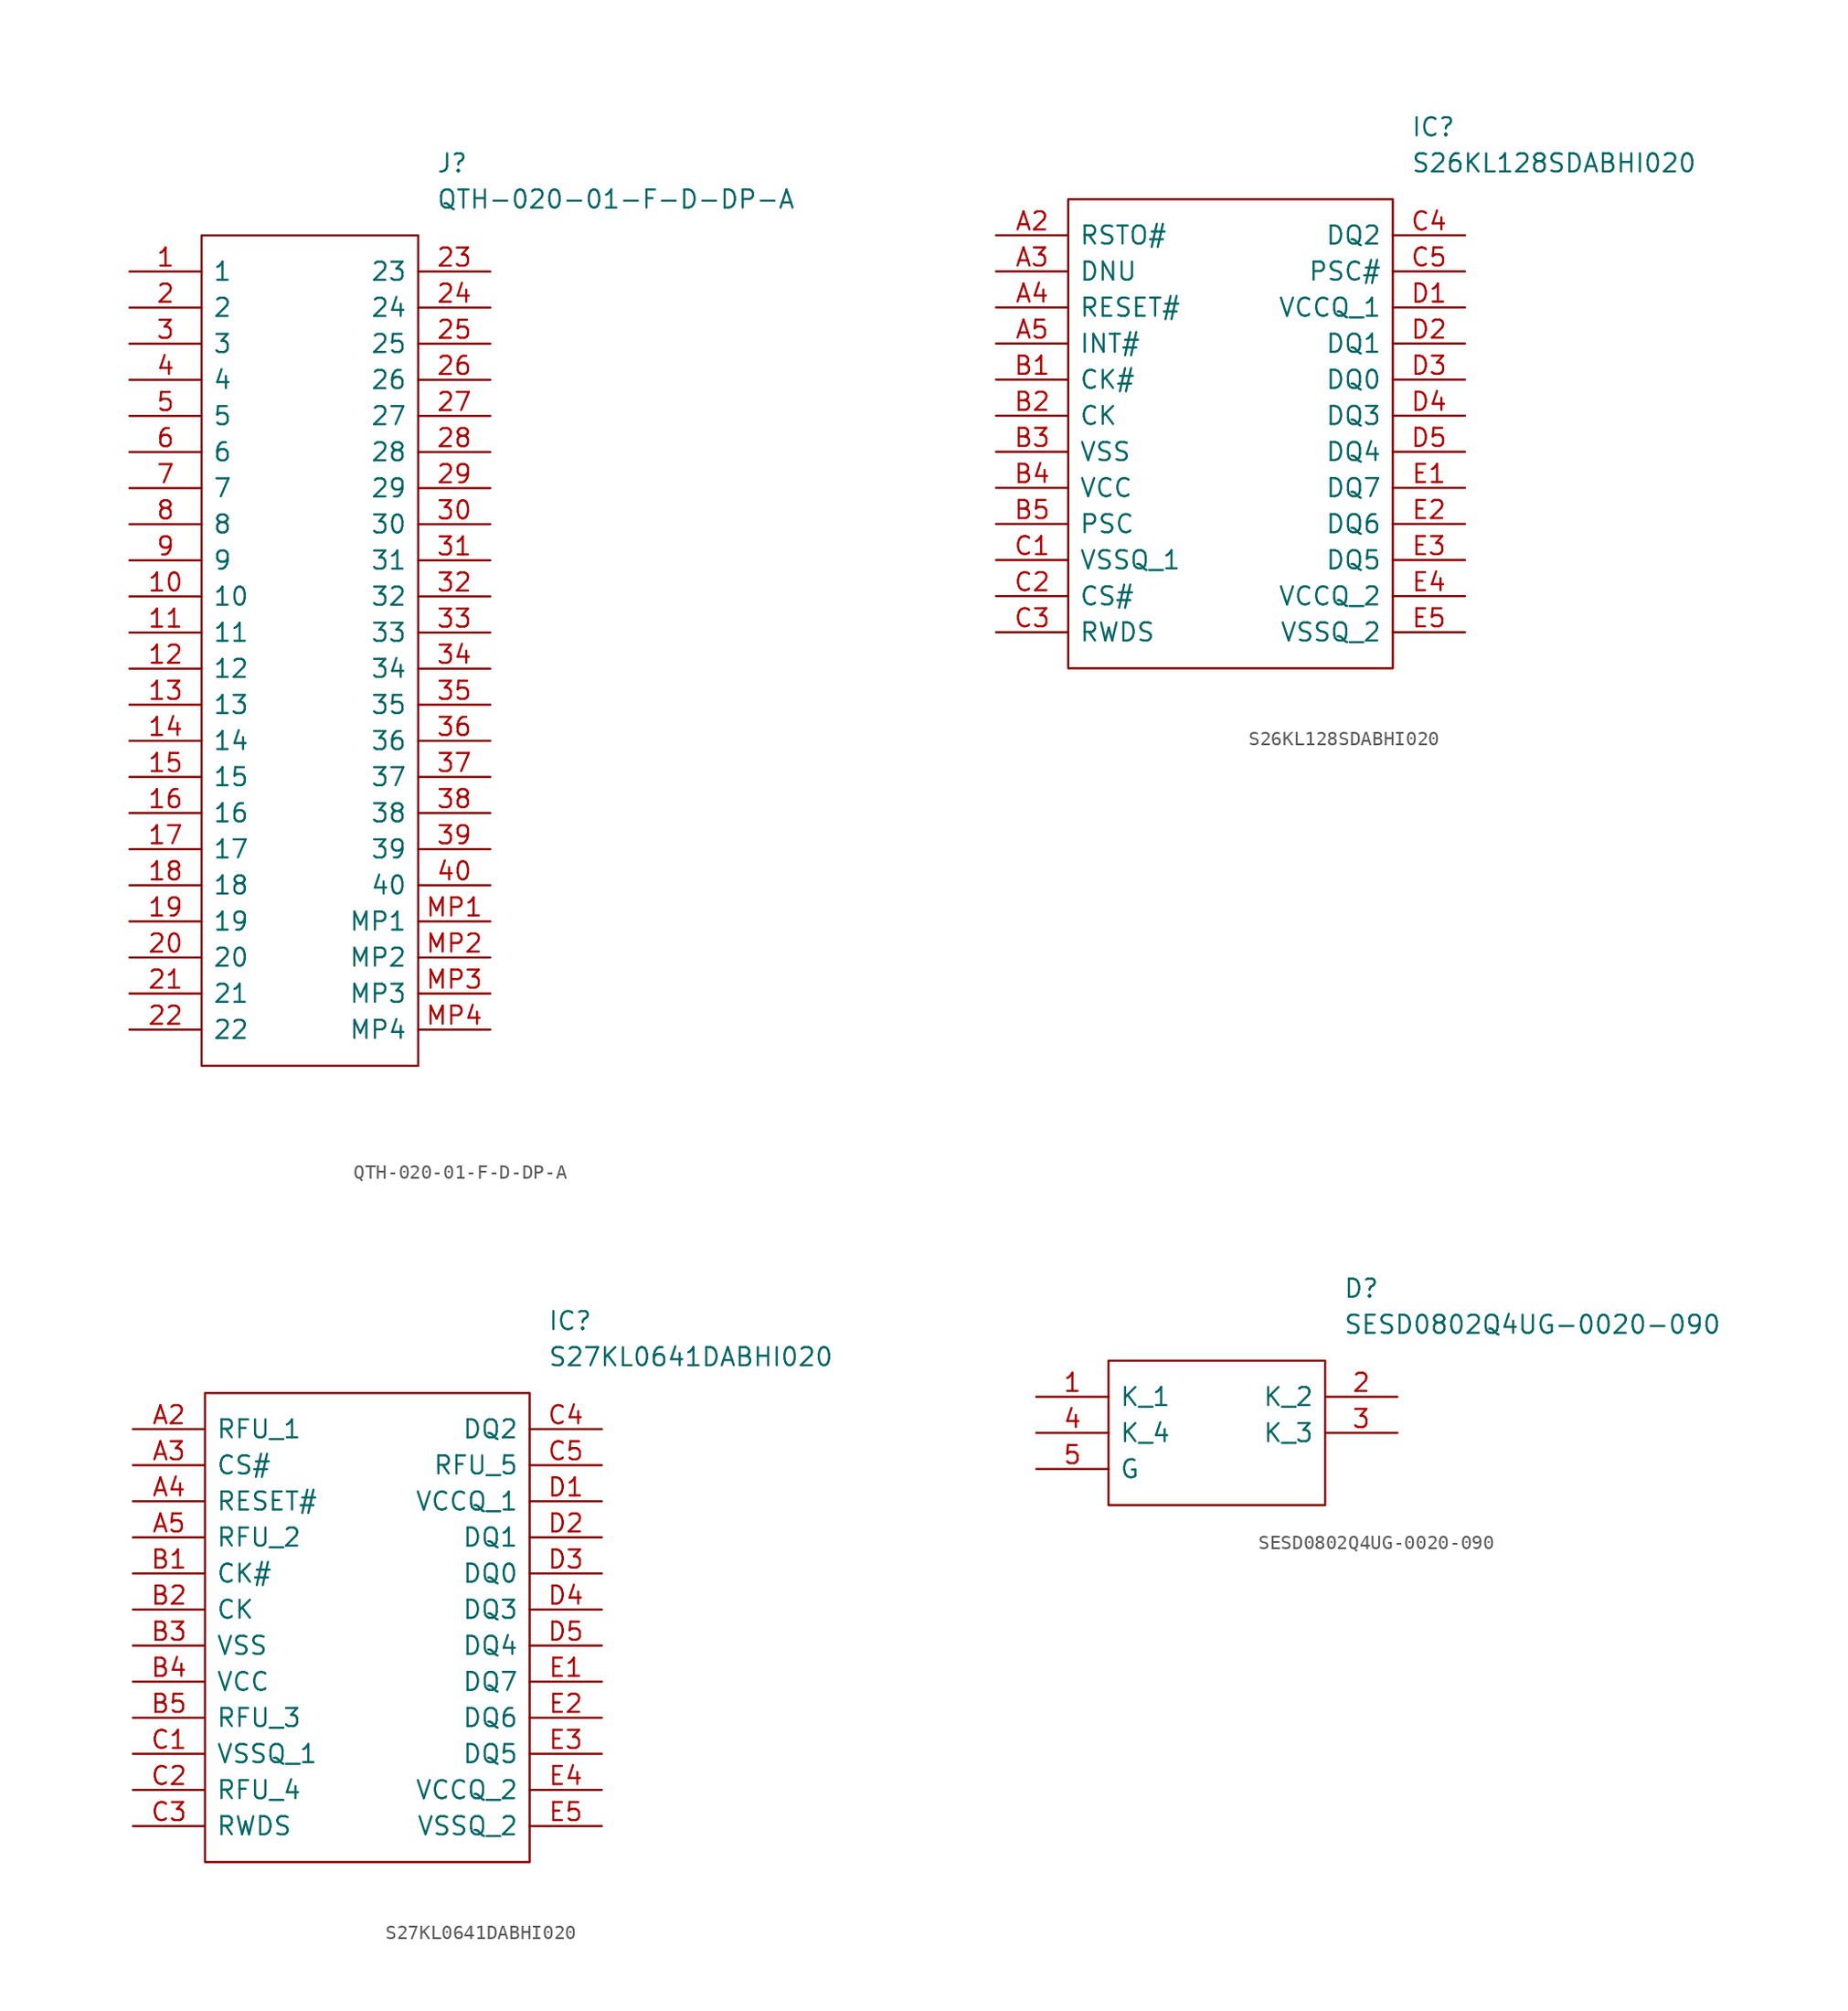
<source format=kicad_sym>
(kicad_symbol_lib
  (version 20231120)
  (generator "kicad_symbol_editor")
  (generator_version "8.0")
  (symbol "QTH-020-01-F-D-DP-A"
    (pin_names
      (offset 0.762))
    (property "Reference" "J"
      (at 21.59 7.62 0)
      (effects (font (size 1.27 1.27)) (justify left)))
    (property "Value" "QTH-020-01-F-D-DP-A"
      (at 21.59 5.08 0)
      (effects (font (size 1.27 1.27)) (justify left)))
    (symbol "QTH-020-01-F-D-DP-A_0_0"
      (pin passive line (at 0 0 0) (length 5.08) (name "1" (effects (font (size 1.27 1.27)))) (number "1" (effects (font (size 1.27 1.27)))))
      (pin passive line (at 0 -22.86 0) (length 5.08) (name "10" (effects (font (size 1.27 1.27)))) (number "10" (effects (font (size 1.27 1.27)))))
      (pin passive line (at 0 -25.4 0) (length 5.08) (name "11" (effects (font (size 1.27 1.27)))) (number "11" (effects (font (size 1.27 1.27)))))
      (pin passive line (at 0 -27.94 0) (length 5.08) (name "12" (effects (font (size 1.27 1.27)))) (number "12" (effects (font (size 1.27 1.27)))))
      (pin passive line (at 0 -30.48 0) (length 5.08) (name "13" (effects (font (size 1.27 1.27)))) (number "13" (effects (font (size 1.27 1.27)))))
      (pin passive line (at 0 -33.02 0) (length 5.08) (name "14" (effects (font (size 1.27 1.27)))) (number "14" (effects (font (size 1.27 1.27)))))
      (pin passive line (at 0 -35.56 0) (length 5.08) (name "15" (effects (font (size 1.27 1.27)))) (number "15" (effects (font (size 1.27 1.27)))))
      (pin passive line (at 0 -38.1 0) (length 5.08) (name "16" (effects (font (size 1.27 1.27)))) (number "16" (effects (font (size 1.27 1.27)))))
      (pin passive line (at 0 -40.64 0) (length 5.08) (name "17" (effects (font (size 1.27 1.27)))) (number "17" (effects (font (size 1.27 1.27)))))
      (pin passive line (at 0 -43.18 0) (length 5.08) (name "18" (effects (font (size 1.27 1.27)))) (number "18" (effects (font (size 1.27 1.27)))))
      (pin passive line (at 0 -45.72 0) (length 5.08) (name "19" (effects (font (size 1.27 1.27)))) (number "19" (effects (font (size 1.27 1.27)))))
      (pin passive line (at 0 -2.54 0) (length 5.08) (name "2" (effects (font (size 1.27 1.27)))) (number "2" (effects (font (size 1.27 1.27)))))
      (pin passive line (at 0 -48.26 0) (length 5.08) (name "20" (effects (font (size 1.27 1.27)))) (number "20" (effects (font (size 1.27 1.27)))))
      (pin passive line (at 0 -50.8 0) (length 5.08) (name "21" (effects (font (size 1.27 1.27)))) (number "21" (effects (font (size 1.27 1.27)))))
      (pin passive line (at 0 -53.34 0) (length 5.08) (name "22" (effects (font (size 1.27 1.27)))) (number "22" (effects (font (size 1.27 1.27)))))
      (pin passive line (at 25.4 0 180) (length 5.08) (name "23" (effects (font (size 1.27 1.27)))) (number "23" (effects (font (size 1.27 1.27)))))
      (pin passive line (at 25.4 -2.54 180) (length 5.08) (name "24" (effects (font (size 1.27 1.27)))) (number "24" (effects (font (size 1.27 1.27)))))
      (pin passive line (at 25.4 -5.08 180) (length 5.08) (name "25" (effects (font (size 1.27 1.27)))) (number "25" (effects (font (size 1.27 1.27)))))
      (pin passive line (at 25.4 -7.62 180) (length 5.08) (name "26" (effects (font (size 1.27 1.27)))) (number "26" (effects (font (size 1.27 1.27)))))
      (pin passive line (at 25.4 -10.16 180) (length 5.08) (name "27" (effects (font (size 1.27 1.27)))) (number "27" (effects (font (size 1.27 1.27)))))
      (pin passive line (at 25.4 -12.7 180) (length 5.08) (name "28" (effects (font (size 1.27 1.27)))) (number "28" (effects (font (size 1.27 1.27)))))
      (pin passive line (at 25.4 -15.24 180) (length 5.08) (name "29" (effects (font (size 1.27 1.27)))) (number "29" (effects (font (size 1.27 1.27)))))
      (pin passive line (at 0 -5.08 0) (length 5.08) (name "3" (effects (font (size 1.27 1.27)))) (number "3" (effects (font (size 1.27 1.27)))))
      (pin passive line (at 25.4 -17.78 180) (length 5.08) (name "30" (effects (font (size 1.27 1.27)))) (number "30" (effects (font (size 1.27 1.27)))))
      (pin passive line (at 25.4 -20.32 180) (length 5.08) (name "31" (effects (font (size 1.27 1.27)))) (number "31" (effects (font (size 1.27 1.27)))))
      (pin passive line (at 25.4 -22.86 180) (length 5.08) (name "32" (effects (font (size 1.27 1.27)))) (number "32" (effects (font (size 1.27 1.27)))))
      (pin passive line (at 25.4 -25.4 180) (length 5.08) (name "33" (effects (font (size 1.27 1.27)))) (number "33" (effects (font (size 1.27 1.27)))))
      (pin passive line (at 25.4 -27.94 180) (length 5.08) (name "34" (effects (font (size 1.27 1.27)))) (number "34" (effects (font (size 1.27 1.27)))))
      (pin passive line (at 25.4 -30.48 180) (length 5.08) (name "35" (effects (font (size 1.27 1.27)))) (number "35" (effects (font (size 1.27 1.27)))))
      (pin passive line (at 25.4 -33.02 180) (length 5.08) (name "36" (effects (font (size 1.27 1.27)))) (number "36" (effects (font (size 1.27 1.27)))))
      (pin passive line (at 25.4 -35.56 180) (length 5.08) (name "37" (effects (font (size 1.27 1.27)))) (number "37" (effects (font (size 1.27 1.27)))))
      (pin passive line (at 25.4 -38.1 180) (length 5.08) (name "38" (effects (font (size 1.27 1.27)))) (number "38" (effects (font (size 1.27 1.27)))))
      (pin passive line (at 25.4 -40.64 180) (length 5.08) (name "39" (effects (font (size 1.27 1.27)))) (number "39" (effects (font (size 1.27 1.27)))))
      (pin passive line (at 0 -7.62 0) (length 5.08) (name "4" (effects (font (size 1.27 1.27)))) (number "4" (effects (font (size 1.27 1.27)))))
      (pin passive line (at 25.4 -43.18 180) (length 5.08) (name "40" (effects (font (size 1.27 1.27)))) (number "40" (effects (font (size 1.27 1.27)))))
      (pin passive line (at 0 -10.16 0) (length 5.08) (name "5" (effects (font (size 1.27 1.27)))) (number "5" (effects (font (size 1.27 1.27)))))
      (pin passive line (at 0 -12.7 0) (length 5.08) (name "6" (effects (font (size 1.27 1.27)))) (number "6" (effects (font (size 1.27 1.27)))))
      (pin passive line (at 0 -15.24 0) (length 5.08) (name "7" (effects (font (size 1.27 1.27)))) (number "7" (effects (font (size 1.27 1.27)))))
      (pin passive line (at 0 -17.78 0) (length 5.08) (name "8" (effects (font (size 1.27 1.27)))) (number "8" (effects (font (size 1.27 1.27)))))
      (pin passive line (at 0 -20.32 0) (length 5.08) (name "9" (effects (font (size 1.27 1.27)))) (number "9" (effects (font (size 1.27 1.27)))))
      (pin passive line (at 25.4 -45.72 180) (length 5.08) (name "MP1" (effects (font (size 1.27 1.27)))) (number "MP1" (effects (font (size 1.27 1.27)))))
      (pin passive line (at 25.4 -48.26 180) (length 5.08) (name "MP2" (effects (font (size 1.27 1.27)))) (number "MP2" (effects (font (size 1.27 1.27)))))
      (pin passive line (at 25.4 -50.8 180) (length 5.08) (name "MP3" (effects (font (size 1.27 1.27)))) (number "MP3" (effects (font (size 1.27 1.27)))))
      (pin passive line (at 25.4 -53.34 180) (length 5.08) (name "MP4" (effects (font (size 1.27 1.27)))) (number "MP4" (effects (font (size 1.27 1.27))))))
    (symbol "QTH-020-01-F-D-DP-A_0_1"
      (polyline (pts (xy 5.08 2.54) (xy 20.32 2.54) (xy 20.32 -55.88) (xy 5.08 -55.88) (xy 5.08 2.54)) (stroke (width 0.152) (type solid)) (fill (type none)))))
  (symbol "S26KL128SDABHI020"
    (pin_names
      (offset 0.762))
    (property "Reference" "IC"
      (at 29.21 7.62 0)
      (effects (font (size 1.27 1.27)) (justify left)))
    (property "Value" "S26KL128SDABHI020"
      (at 29.21 5.08 0)
      (effects (font (size 1.27 1.27)) (justify left)))
    (symbol "S26KL128SDABHI020_0_0"
      (pin passive line (at 0 0 0) (length 5.08) (name "RSTO#" (effects (font (size 1.27 1.27)))) (number "A2" (effects (font (size 1.27 1.27)))))
      (pin passive line (at 0 -2.54 0) (length 5.08) (name "DNU" (effects (font (size 1.27 1.27)))) (number "A3" (effects (font (size 1.27 1.27)))))
      (pin passive line (at 0 -5.08 0) (length 5.08) (name "RESET#" (effects (font (size 1.27 1.27)))) (number "A4" (effects (font (size 1.27 1.27)))))
      (pin passive line (at 0 -7.62 0) (length 5.08) (name "INT#" (effects (font (size 1.27 1.27)))) (number "A5" (effects (font (size 1.27 1.27)))))
      (pin passive line (at 0 -10.16 0) (length 5.08) (name "CK#" (effects (font (size 1.27 1.27)))) (number "B1" (effects (font (size 1.27 1.27)))))
      (pin passive line (at 0 -12.7 0) (length 5.08) (name "CK" (effects (font (size 1.27 1.27)))) (number "B2" (effects (font (size 1.27 1.27)))))
      (pin passive line (at 0 -15.24 0) (length 5.08) (name "VSS" (effects (font (size 1.27 1.27)))) (number "B3" (effects (font (size 1.27 1.27)))))
      (pin passive line (at 0 -17.78 0) (length 5.08) (name "VCC" (effects (font (size 1.27 1.27)))) (number "B4" (effects (font (size 1.27 1.27)))))
      (pin passive line (at 0 -20.32 0) (length 5.08) (name "PSC" (effects (font (size 1.27 1.27)))) (number "B5" (effects (font (size 1.27 1.27)))))
      (pin passive line (at 0 -22.86 0) (length 5.08) (name "VSSQ_1" (effects (font (size 1.27 1.27)))) (number "C1" (effects (font (size 1.27 1.27)))))
      (pin passive line (at 0 -25.4 0) (length 5.08) (name "CS#" (effects (font (size 1.27 1.27)))) (number "C2" (effects (font (size 1.27 1.27)))))
      (pin passive line (at 0 -27.94 0) (length 5.08) (name "RWDS" (effects (font (size 1.27 1.27)))) (number "C3" (effects (font (size 1.27 1.27)))))
      (pin passive line (at 33.02 0 180) (length 5.08) (name "DQ2" (effects (font (size 1.27 1.27)))) (number "C4" (effects (font (size 1.27 1.27)))))
      (pin passive line (at 33.02 -2.54 180) (length 5.08) (name "PSC#" (effects (font (size 1.27 1.27)))) (number "C5" (effects (font (size 1.27 1.27)))))
      (pin passive line (at 33.02 -5.08 180) (length 5.08) (name "VCCQ_1" (effects (font (size 1.27 1.27)))) (number "D1" (effects (font (size 1.27 1.27)))))
      (pin passive line (at 33.02 -7.62 180) (length 5.08) (name "DQ1" (effects (font (size 1.27 1.27)))) (number "D2" (effects (font (size 1.27 1.27)))))
      (pin passive line (at 33.02 -10.16 180) (length 5.08) (name "DQ0" (effects (font (size 1.27 1.27)))) (number "D3" (effects (font (size 1.27 1.27)))))
      (pin passive line (at 33.02 -12.7 180) (length 5.08) (name "DQ3" (effects (font (size 1.27 1.27)))) (number "D4" (effects (font (size 1.27 1.27)))))
      (pin passive line (at 33.02 -15.24 180) (length 5.08) (name "DQ4" (effects (font (size 1.27 1.27)))) (number "D5" (effects (font (size 1.27 1.27)))))
      (pin passive line (at 33.02 -17.78 180) (length 5.08) (name "DQ7" (effects (font (size 1.27 1.27)))) (number "E1" (effects (font (size 1.27 1.27)))))
      (pin passive line (at 33.02 -20.32 180) (length 5.08) (name "DQ6" (effects (font (size 1.27 1.27)))) (number "E2" (effects (font (size 1.27 1.27)))))
      (pin passive line (at 33.02 -22.86 180) (length 5.08) (name "DQ5" (effects (font (size 1.27 1.27)))) (number "E3" (effects (font (size 1.27 1.27)))))
      (pin passive line (at 33.02 -25.4 180) (length 5.08) (name "VCCQ_2" (effects (font (size 1.27 1.27)))) (number "E4" (effects (font (size 1.27 1.27)))))
      (pin passive line (at 33.02 -27.94 180) (length 5.08) (name "VSSQ_2" (effects (font (size 1.27 1.27)))) (number "E5" (effects (font (size 1.27 1.27))))))
    (symbol "S26KL128SDABHI020_0_1"
      (polyline (pts (xy 5.08 2.54) (xy 27.94 2.54) (xy 27.94 -30.48) (xy 5.08 -30.48) (xy 5.08 2.54)) (stroke (width 0.152) (type default)) (fill (type none)))))
  (symbol "S27KL0641DABHI020"
    (pin_names
      (offset 0.762))
    (property "Reference" "IC"
      (at 29.21 7.62 0)
      (effects (font (size 1.27 1.27)) (justify left)))
    (property "Value" "S27KL0641DABHI020"
      (at 29.21 5.08 0)
      (effects (font (size 1.27 1.27)) (justify left)))
    (symbol "S27KL0641DABHI020_0_0"
      (pin passive line (at 0 0 0) (length 5.08) (name "RFU_1" (effects (font (size 1.27 1.27)))) (number "A2" (effects (font (size 1.27 1.27)))))
      (pin passive line (at 0 -2.54 0) (length 5.08) (name "CS#" (effects (font (size 1.27 1.27)))) (number "A3" (effects (font (size 1.27 1.27)))))
      (pin passive line (at 0 -5.08 0) (length 5.08) (name "RESET#" (effects (font (size 1.27 1.27)))) (number "A4" (effects (font (size 1.27 1.27)))))
      (pin passive line (at 0 -7.62 0) (length 5.08) (name "RFU_2" (effects (font (size 1.27 1.27)))) (number "A5" (effects (font (size 1.27 1.27)))))
      (pin passive line (at 0 -10.16 0) (length 5.08) (name "CK#" (effects (font (size 1.27 1.27)))) (number "B1" (effects (font (size 1.27 1.27)))))
      (pin passive line (at 0 -12.7 0) (length 5.08) (name "CK" (effects (font (size 1.27 1.27)))) (number "B2" (effects (font (size 1.27 1.27)))))
      (pin power_in line (at 0 -15.24 0) (length 5.08) (name "VSS" (effects (font (size 1.27 1.27)))) (number "B3" (effects (font (size 1.27 1.27)))))
      (pin power_in line (at 0 -17.78 0) (length 5.08) (name "VCC" (effects (font (size 1.27 1.27)))) (number "B4" (effects (font (size 1.27 1.27)))))
      (pin passive line (at 0 -20.32 0) (length 5.08) (name "RFU_3" (effects (font (size 1.27 1.27)))) (number "B5" (effects (font (size 1.27 1.27)))))
      (pin power_in line (at 0 -22.86 0) (length 5.08) (name "VSSQ_1" (effects (font (size 1.27 1.27)))) (number "C1" (effects (font (size 1.27 1.27)))))
      (pin passive line (at 0 -25.4 0) (length 5.08) (name "RFU_4" (effects (font (size 1.27 1.27)))) (number "C2" (effects (font (size 1.27 1.27)))))
      (pin passive line (at 0 -27.94 0) (length 5.08) (name "RWDS" (effects (font (size 1.27 1.27)))) (number "C3" (effects (font (size 1.27 1.27)))))
      (pin passive line (at 33.02 0 180) (length 5.08) (name "DQ2" (effects (font (size 1.27 1.27)))) (number "C4" (effects (font (size 1.27 1.27)))))
      (pin passive line (at 33.02 -2.54 180) (length 5.08) (name "RFU_5" (effects (font (size 1.27 1.27)))) (number "C5" (effects (font (size 1.27 1.27)))))
      (pin power_in line (at 33.02 -5.08 180) (length 5.08) (name "VCCQ_1" (effects (font (size 1.27 1.27)))) (number "D1" (effects (font (size 1.27 1.27)))))
      (pin passive line (at 33.02 -7.62 180) (length 5.08) (name "DQ1" (effects (font (size 1.27 1.27)))) (number "D2" (effects (font (size 1.27 1.27)))))
      (pin passive line (at 33.02 -10.16 180) (length 5.08) (name "DQ0" (effects (font (size 1.27 1.27)))) (number "D3" (effects (font (size 1.27 1.27)))))
      (pin passive line (at 33.02 -12.7 180) (length 5.08) (name "DQ3" (effects (font (size 1.27 1.27)))) (number "D4" (effects (font (size 1.27 1.27)))))
      (pin passive line (at 33.02 -15.24 180) (length 5.08) (name "DQ4" (effects (font (size 1.27 1.27)))) (number "D5" (effects (font (size 1.27 1.27)))))
      (pin passive line (at 33.02 -17.78 180) (length 5.08) (name "DQ7" (effects (font (size 1.27 1.27)))) (number "E1" (effects (font (size 1.27 1.27)))))
      (pin passive line (at 33.02 -20.32 180) (length 5.08) (name "DQ6" (effects (font (size 1.27 1.27)))) (number "E2" (effects (font (size 1.27 1.27)))))
      (pin passive line (at 33.02 -22.86 180) (length 5.08) (name "DQ5" (effects (font (size 1.27 1.27)))) (number "E3" (effects (font (size 1.27 1.27)))))
      (pin power_in line (at 33.02 -25.4 180) (length 5.08) (name "VCCQ_2" (effects (font (size 1.27 1.27)))) (number "E4" (effects (font (size 1.27 1.27)))))
      (pin power_in line (at 33.02 -27.94 180) (length 5.08) (name "VSSQ_2" (effects (font (size 1.27 1.27)))) (number "E5" (effects (font (size 1.27 1.27))))))
    (symbol "S27KL0641DABHI020_0_1"
      (polyline (pts (xy 5.08 2.54) (xy 27.94 2.54) (xy 27.94 -30.48) (xy 5.08 -30.48) (xy 5.08 2.54)) (stroke (width 0.152) (type default)) (fill (type none)))))
  (symbol "SESD0802Q4UG-0020-090"
    (pin_names
      (offset 0.762))
    (property "Reference" "D"
      (at 21.59 7.62 0)
      (effects (font (size 1.27 1.27)) (justify left)))
    (property "Value" "SESD0802Q4UG-0020-090"
      (at 21.59 5.08 0)
      (effects (font (size 1.27 1.27)) (justify left)))
    (symbol "SESD0802Q4UG-0020-090_0_0"
      (pin passive line (at 0 0 0) (length 5.08) (name "K_1" (effects (font (size 1.27 1.27)))) (number "1" (effects (font (size 1.27 1.27))))))
    (symbol "SESD0802Q4UG-0020-090_0_1"
      (polyline (pts (xy 5.08 2.54) (xy 20.32 2.54) (xy 20.32 -7.62) (xy 5.08 -7.62) (xy 5.08 2.54)) (stroke (width 0.152) (type default)) (fill (type none))))
    (symbol "SESD0802Q4UG-0020-090_1_0"
      (pin passive line (at 25.4 0 180) (length 5.08) (name "K_2" (effects (font (size 1.27 1.27)))) (number "2" (effects (font (size 1.27 1.27)))))
      (pin passive line (at 25.4 -2.54 180) (length 5.08) (name "K_3" (effects (font (size 1.27 1.27)))) (number "3" (effects (font (size 1.27 1.27)))))
      (pin passive line (at 0 -2.54 0) (length 5.08) (name "K_4" (effects (font (size 1.27 1.27)))) (number "4" (effects (font (size 1.27 1.27)))))
      (pin passive line (at 0 -5.08 0) (length 5.08) (name "G" (effects (font (size 1.27 1.27)))) (number "5" (effects (font (size 1.27 1.27))))))))
</source>
